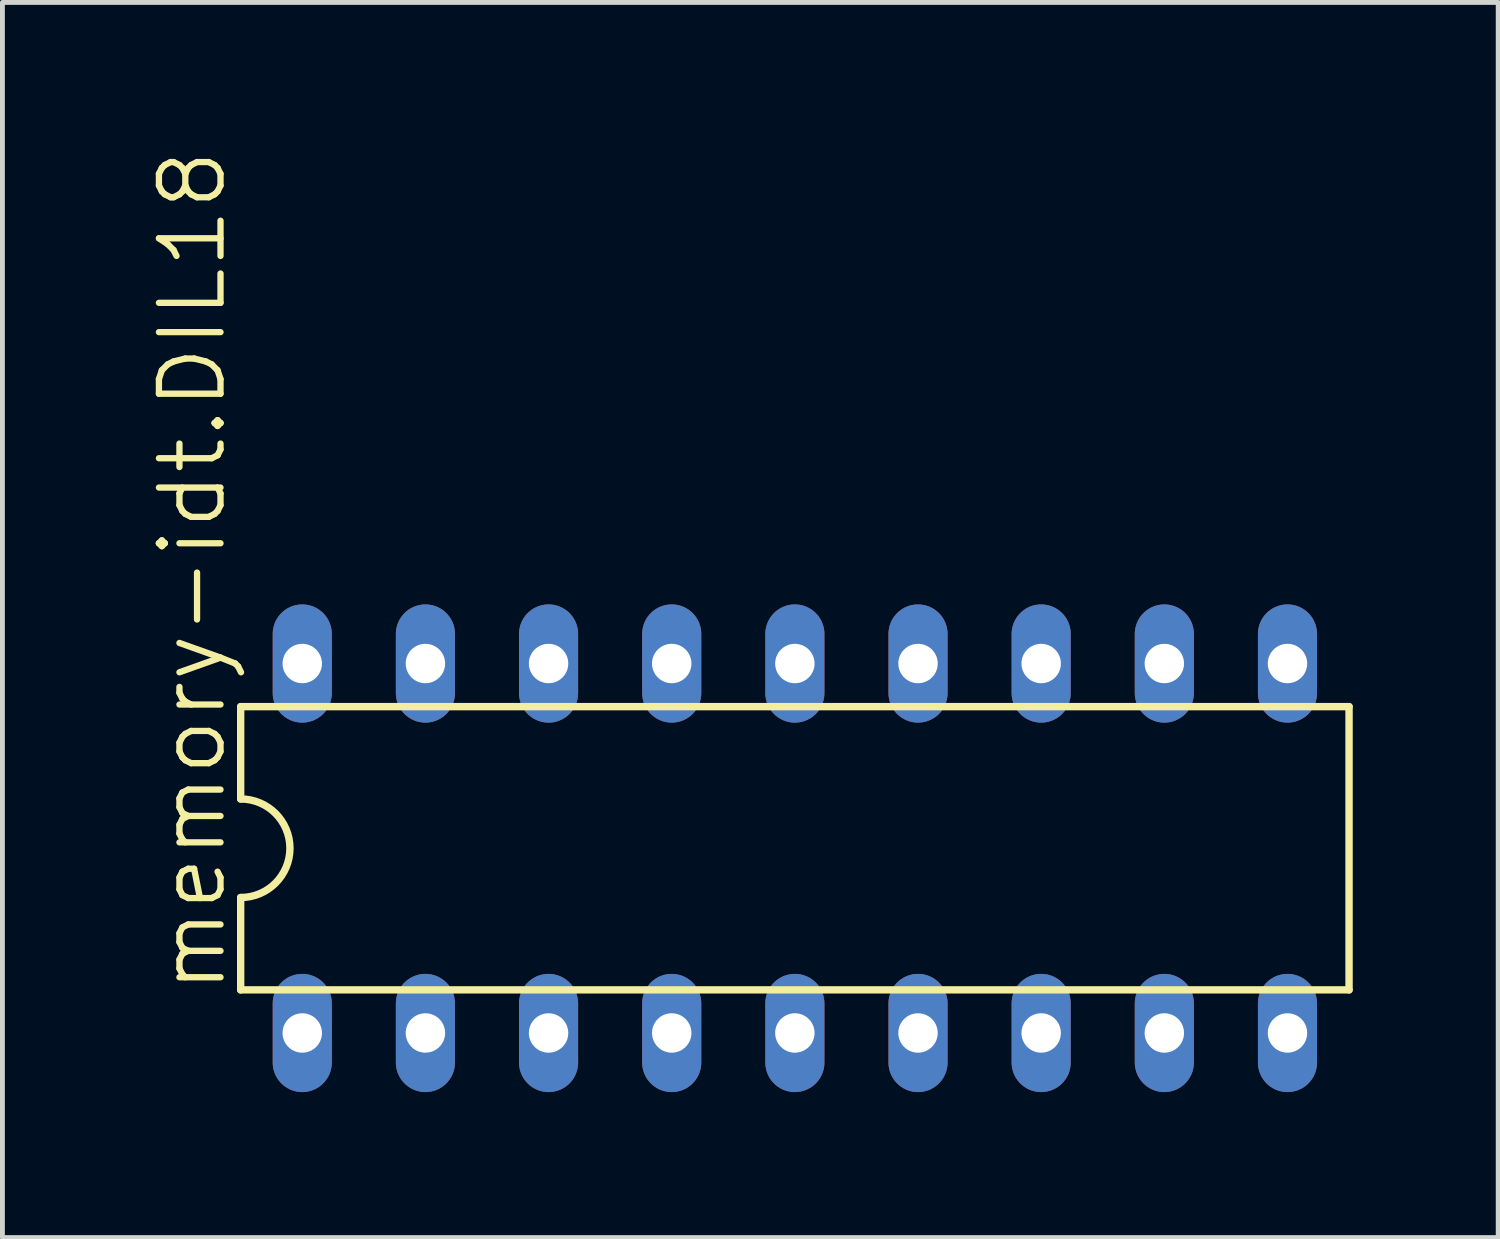
<source format=kicad_pcb>
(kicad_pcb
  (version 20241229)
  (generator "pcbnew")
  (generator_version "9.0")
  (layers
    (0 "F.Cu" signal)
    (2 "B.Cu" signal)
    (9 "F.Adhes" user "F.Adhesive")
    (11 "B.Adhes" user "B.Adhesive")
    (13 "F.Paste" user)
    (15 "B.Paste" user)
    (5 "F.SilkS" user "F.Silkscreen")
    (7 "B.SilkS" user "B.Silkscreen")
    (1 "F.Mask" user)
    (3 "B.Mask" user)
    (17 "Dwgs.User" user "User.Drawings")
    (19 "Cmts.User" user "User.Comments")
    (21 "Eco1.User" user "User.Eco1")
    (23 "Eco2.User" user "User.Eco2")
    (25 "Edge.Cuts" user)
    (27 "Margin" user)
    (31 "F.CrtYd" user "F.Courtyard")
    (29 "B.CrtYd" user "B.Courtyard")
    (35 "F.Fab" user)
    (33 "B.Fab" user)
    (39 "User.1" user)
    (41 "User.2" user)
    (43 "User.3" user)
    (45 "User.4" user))
  (footprint "memory-idt.DIL18"
    (layer "F.Cu")
    (at 13.344 14.445)
    (property "Reference" "memory-idt.DIL18" (at -11.684 3.048 90) (layer "F.SilkS") (effects (font (size 1.27 1.27) (thickness 0.13)) (justify left bottom)))
    (attr through_hole)
    (fp_line (start -11.43 -2.921) (end -11.43 -1.016) (stroke (width 0.152) (type default)) (layer "F.SilkS"))
    (fp_line (start -11.43 2.921) (end -11.43 1.016) (stroke (width 0.152) (type default)) (layer "F.SilkS"))
    (fp_line (start -11.43 2.921) (end 11.43 2.921) (stroke (width 0.152) (type default)) (layer "F.SilkS"))
    (fp_line (start 11.43 -2.921) (end -11.43 -2.921) (stroke (width 0.152) (type default)) (layer "F.SilkS"))
    (fp_line (start 11.43 -2.921) (end 11.43 2.921) (stroke (width 0.152) (type default)) (layer "F.SilkS"))
    (fp_arc (start -11.43 -1.016) (mid -10.414 0) (end -11.43 1.016) (stroke (width 0.1524) (type default)) (layer "F.SilkS"))
    (pad "1" thru_hole oval (at -10.16 3.81 90) (size 2.438 1.219) (drill 0.813) (layers "*.Cu" "*.Mask"))
    (pad "2" thru_hole oval (at -7.62 3.81 90) (size 2.438 1.219) (drill 0.813) (layers "*.Cu" "*.Mask"))
    (pad "3" thru_hole oval (at -5.08 3.81 90) (size 2.438 1.219) (drill 0.813) (layers "*.Cu" "*.Mask"))
    (pad "4" thru_hole oval (at -2.54 3.81 90) (size 2.438 1.219) (drill 0.813) (layers "*.Cu" "*.Mask"))
    (pad "5" thru_hole oval (at 0 3.81 90) (size 2.438 1.219) (drill 0.813) (layers "*.Cu" "*.Mask"))
    (pad "6" thru_hole oval (at 2.54 3.81 90) (size 2.438 1.219) (drill 0.813) (layers "*.Cu" "*.Mask"))
    (pad "7" thru_hole oval (at 5.08 3.81 90) (size 2.438 1.219) (drill 0.813) (layers "*.Cu" "*.Mask"))
    (pad "8" thru_hole oval (at 7.62 3.81 90) (size 2.438 1.219) (drill 0.813) (layers "*.Cu" "*.Mask"))
    (pad "9" thru_hole oval (at 10.16 3.81 90) (size 2.438 1.219) (drill 0.813) (layers "*.Cu" "*.Mask"))
    (pad "10" thru_hole oval (at 10.16 -3.81 90) (size 2.438 1.219) (drill 0.813) (layers "*.Cu" "*.Mask"))
    (pad "11" thru_hole oval (at 7.62 -3.81 90) (size 2.438 1.219) (drill 0.813) (layers "*.Cu" "*.Mask"))
    (pad "12" thru_hole oval (at 5.08 -3.81 90) (size 2.438 1.219) (drill 0.813) (layers "*.Cu" "*.Mask"))
    (pad "13" thru_hole oval (at 2.54 -3.81 90) (size 2.438 1.219) (drill 0.813) (layers "*.Cu" "*.Mask"))
    (pad "14" thru_hole oval (at 0 -3.81 90) (size 2.438 1.219) (drill 0.813) (layers "*.Cu" "*.Mask"))
    (pad "15" thru_hole oval (at -2.54 -3.81 90) (size 2.438 1.219) (drill 0.813) (layers "*.Cu" "*.Mask"))
    (pad "16" thru_hole oval (at -5.08 -3.81 90) (size 2.438 1.219) (drill 0.813) (layers "*.Cu" "*.Mask"))
    (pad "17" thru_hole oval (at -7.62 -3.81 90) (size 2.438 1.219) (drill 0.813) (layers "*.Cu" "*.Mask"))
    (pad "18" thru_hole oval (at -10.16 -3.81 90) (size 2.438 1.219) (drill 0.813) (layers "*.Cu" "*.Mask")))
  (gr_rect
    (start -3 -3)
    (end 27.85 22.474)
    (stroke (width 0.1) (type default))
    (fill no)
    (layer "Edge.Cuts")))
</source>
